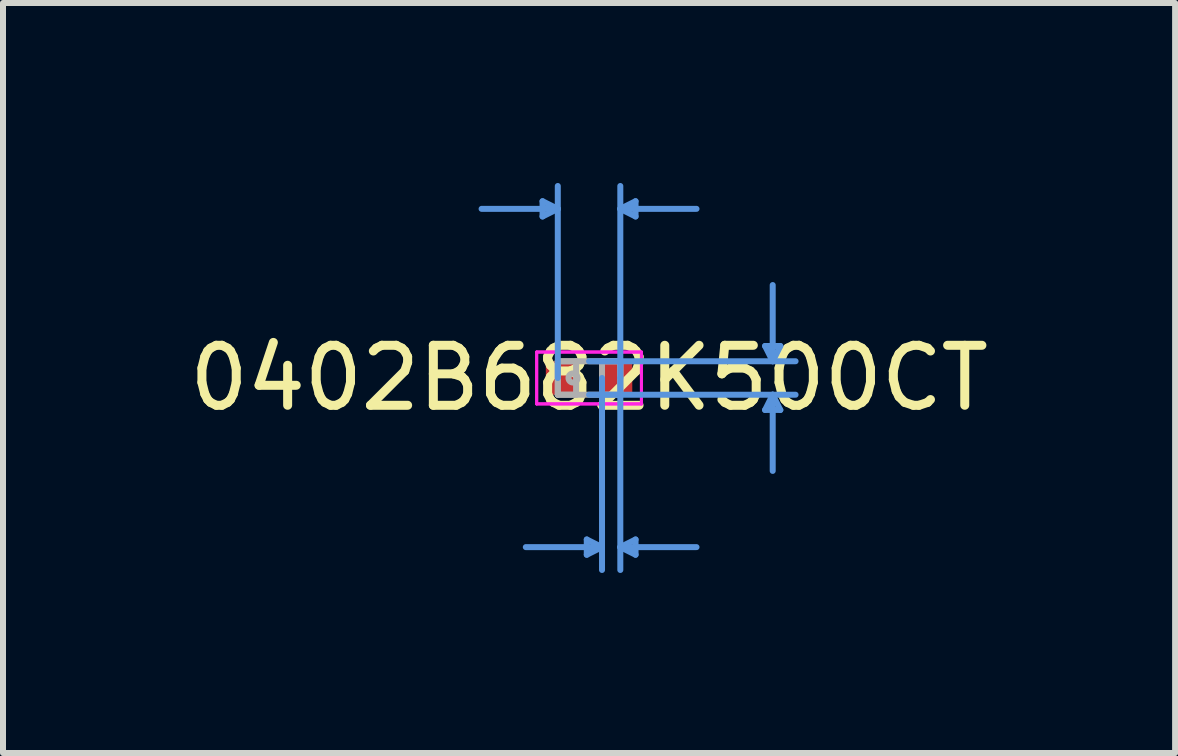
<source format=kicad_pcb>
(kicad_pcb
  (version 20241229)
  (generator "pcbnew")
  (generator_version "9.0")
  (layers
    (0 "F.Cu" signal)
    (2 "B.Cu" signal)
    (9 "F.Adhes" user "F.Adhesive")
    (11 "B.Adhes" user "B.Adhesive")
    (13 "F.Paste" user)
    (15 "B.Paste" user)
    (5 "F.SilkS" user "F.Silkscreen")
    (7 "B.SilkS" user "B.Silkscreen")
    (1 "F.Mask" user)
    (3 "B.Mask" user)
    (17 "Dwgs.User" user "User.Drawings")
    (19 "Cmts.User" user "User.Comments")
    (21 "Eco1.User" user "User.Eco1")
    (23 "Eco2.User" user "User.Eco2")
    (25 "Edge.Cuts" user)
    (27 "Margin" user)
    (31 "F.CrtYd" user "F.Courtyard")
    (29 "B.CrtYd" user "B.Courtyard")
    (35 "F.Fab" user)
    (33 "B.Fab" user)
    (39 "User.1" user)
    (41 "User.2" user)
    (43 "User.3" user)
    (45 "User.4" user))
  (footprint "0402B682K500CT"
    (layer "F.Cu")
    (at 6.768 3.25)
    (property "Reference" "0402B682K500CT" (at 0 0 0) (layer "F.SilkS") (effects (font (size 1 1) (thickness 0.15))))
    (attr through_hole)
    (fp_line (start -0.775 -2.946) (end -0.775 -2.692) (stroke (width 0.1) (type solid)) (layer "Cmts.User"))
    (fp_line (start -0.521 -2.819) (end -1.791 -2.819) (stroke (width 0.1) (type solid)) (layer "Cmts.User"))
    (fp_line (start -0.521 -2.819) (end -0.775 -2.946) (stroke (width 0.1) (type solid)) (layer "Cmts.User"))
    (fp_line (start -0.521 -2.819) (end -0.775 -2.692) (stroke (width 0.1) (type solid)) (layer "Cmts.User"))
    (fp_line (start -0.521 0) (end -0.521 -3.2) (stroke (width 0.1) (type solid)) (layer "Cmts.User"))
    (fp_line (start -0.038 2.692) (end -0.038 2.946) (stroke (width 0.1) (type solid)) (layer "Cmts.User"))
    (fp_line (start 0 -0.279) (end 3.442 -0.279) (stroke (width 0.1) (type solid)) (layer "Cmts.User"))
    (fp_line (start 0 0.279) (end 3.442 0.279) (stroke (width 0.1) (type solid)) (layer "Cmts.User"))
    (fp_line (start 0.216 0) (end 0.216 3.2) (stroke (width 0.1) (type solid)) (layer "Cmts.User"))
    (fp_line (start 0.216 2.819) (end -1.054 2.819) (stroke (width 0.1) (type solid)) (layer "Cmts.User"))
    (fp_line (start 0.216 2.819) (end -0.038 2.692) (stroke (width 0.1) (type solid)) (layer "Cmts.User"))
    (fp_line (start 0.216 2.819) (end -0.038 2.946) (stroke (width 0.1) (type solid)) (layer "Cmts.User"))
    (fp_line (start 0.521 -2.819) (end 0.775 -2.946) (stroke (width 0.1) (type solid)) (layer "Cmts.User"))
    (fp_line (start 0.521 -2.819) (end 0.775 -2.692) (stroke (width 0.1) (type solid)) (layer "Cmts.User"))
    (fp_line (start 0.521 -2.819) (end 1.791 -2.819) (stroke (width 0.1) (type solid)) (layer "Cmts.User"))
    (fp_line (start 0.521 0) (end 0.521 -3.2) (stroke (width 0.1) (type solid)) (layer "Cmts.User"))
    (fp_line (start 0.521 0) (end 0.521 3.2) (stroke (width 0.1) (type solid)) (layer "Cmts.User"))
    (fp_line (start 0.521 2.819) (end 0.775 2.692) (stroke (width 0.1) (type solid)) (layer "Cmts.User"))
    (fp_line (start 0.521 2.819) (end 0.775 2.946) (stroke (width 0.1) (type solid)) (layer "Cmts.User"))
    (fp_line (start 0.521 2.819) (end 1.791 2.819) (stroke (width 0.1) (type solid)) (layer "Cmts.User"))
    (fp_line (start 0.775 -2.946) (end 0.775 -2.692) (stroke (width 0.1) (type solid)) (layer "Cmts.User"))
    (fp_line (start 0.775 2.692) (end 0.775 2.946) (stroke (width 0.1) (type solid)) (layer "Cmts.User"))
    (fp_line (start 2.934 -0.533) (end 3.188 -0.533) (stroke (width 0.1) (type solid)) (layer "Cmts.User"))
    (fp_line (start 2.934 0.533) (end 3.188 0.533) (stroke (width 0.1) (type solid)) (layer "Cmts.User"))
    (fp_line (start 3.061 -0.279) (end 2.934 -0.533) (stroke (width 0.1) (type solid)) (layer "Cmts.User"))
    (fp_line (start 3.061 -0.279) (end 3.061 -1.549) (stroke (width 0.1) (type solid)) (layer "Cmts.User"))
    (fp_line (start 3.061 -0.279) (end 3.188 -0.533) (stroke (width 0.1) (type solid)) (layer "Cmts.User"))
    (fp_line (start 3.061 0.279) (end 2.934 0.533) (stroke (width 0.1) (type solid)) (layer "Cmts.User"))
    (fp_line (start 3.061 0.279) (end 3.061 1.549) (stroke (width 0.1) (type solid)) (layer "Cmts.User"))
    (fp_line (start 3.061 0.279) (end 3.188 0.533) (stroke (width 0.1) (type solid)) (layer "Cmts.User"))
    (fp_line (start -0.873 -0.432) (end 0.873 -0.432) (stroke (width 0.05) (type solid)) (layer "F.CrtYd"))
    (fp_line (start -0.873 -0.432) (end 0.873 -0.432) (stroke (width 0.05) (type solid)) (layer "F.CrtYd"))
    (fp_line (start -0.873 0.432) (end -0.873 -0.432) (stroke (width 0.05) (type solid)) (layer "F.CrtYd"))
    (fp_line (start -0.873 0.432) (end -0.873 -0.432) (stroke (width 0.05) (type solid)) (layer "F.CrtYd"))
    (fp_line (start 0.873 -0.432) (end 0.873 0.432) (stroke (width 0.05) (type solid)) (layer "F.CrtYd"))
    (fp_line (start 0.873 -0.432) (end 0.873 0.432) (stroke (width 0.05) (type solid)) (layer "F.CrtYd"))
    (fp_line (start 0.873 0.432) (end -0.873 0.432) (stroke (width 0.05) (type solid)) (layer "F.CrtYd"))
    (fp_line (start 0.873 0.432) (end -0.873 0.432) (stroke (width 0.05) (type solid)) (layer "F.CrtYd"))
    (fp_line (start -0.521 -0.279) (end -0.521 0.279) (stroke (width 0.1) (type solid)) (layer "F.Fab"))
    (fp_line (start -0.521 -0.279) (end -0.521 0.279) (stroke (width 0.1) (type solid)) (layer "F.Fab"))
    (fp_line (start -0.521 0.279) (end -0.216 0.279) (stroke (width 0.1) (type solid)) (layer "F.Fab"))
    (fp_line (start -0.521 0.279) (end 0.521 0.279) (stroke (width 0.1) (type solid)) (layer "F.Fab"))
    (fp_line (start -0.216 -0.279) (end -0.521 -0.279) (stroke (width 0.1) (type solid)) (layer "F.Fab"))
    (fp_line (start -0.216 0.279) (end -0.216 -0.279) (stroke (width 0.1) (type solid)) (layer "F.Fab"))
    (fp_line (start 0.216 -0.279) (end 0.216 0.279) (stroke (width 0.1) (type solid)) (layer "F.Fab"))
    (fp_line (start 0.216 0.279) (end 0.521 0.279) (stroke (width 0.1) (type solid)) (layer "F.Fab"))
    (fp_line (start 0.521 -0.279) (end -0.521 -0.279) (stroke (width 0.1) (type solid)) (layer "F.Fab"))
    (fp_line (start 0.521 -0.279) (end 0.216 -0.279) (stroke (width 0.1) (type solid)) (layer "F.Fab"))
    (fp_line (start 0.521 0.279) (end 0.521 -0.279) (stroke (width 0.1) (type solid)) (layer "F.Fab"))
    (fp_line (start 0.521 0.279) (end 0.521 -0.279) (stroke (width 0.1) (type solid)) (layer "F.Fab"))
    (fp_circle (center -0.267 0) (end -0.191 0) (stroke (width 0.1) (type solid)) (fill no) (layer "F.Fab"))
    (pad "1" smd rect (at -0.468 0) (size 0.505 0.559) (layers "F.Cu" "F.Mask" "F.Paste"))
    (pad "2" smd rect (at 0.468 0) (size 0.505 0.559) (layers "F.Cu" "F.Mask" "F.Paste")))
  (gr_rect
    (start -3 -3)
    (end 16.536 9.501)
    (stroke (width 0.1) (type default))
    (fill no)
    (layer "Edge.Cuts")))
</source>
